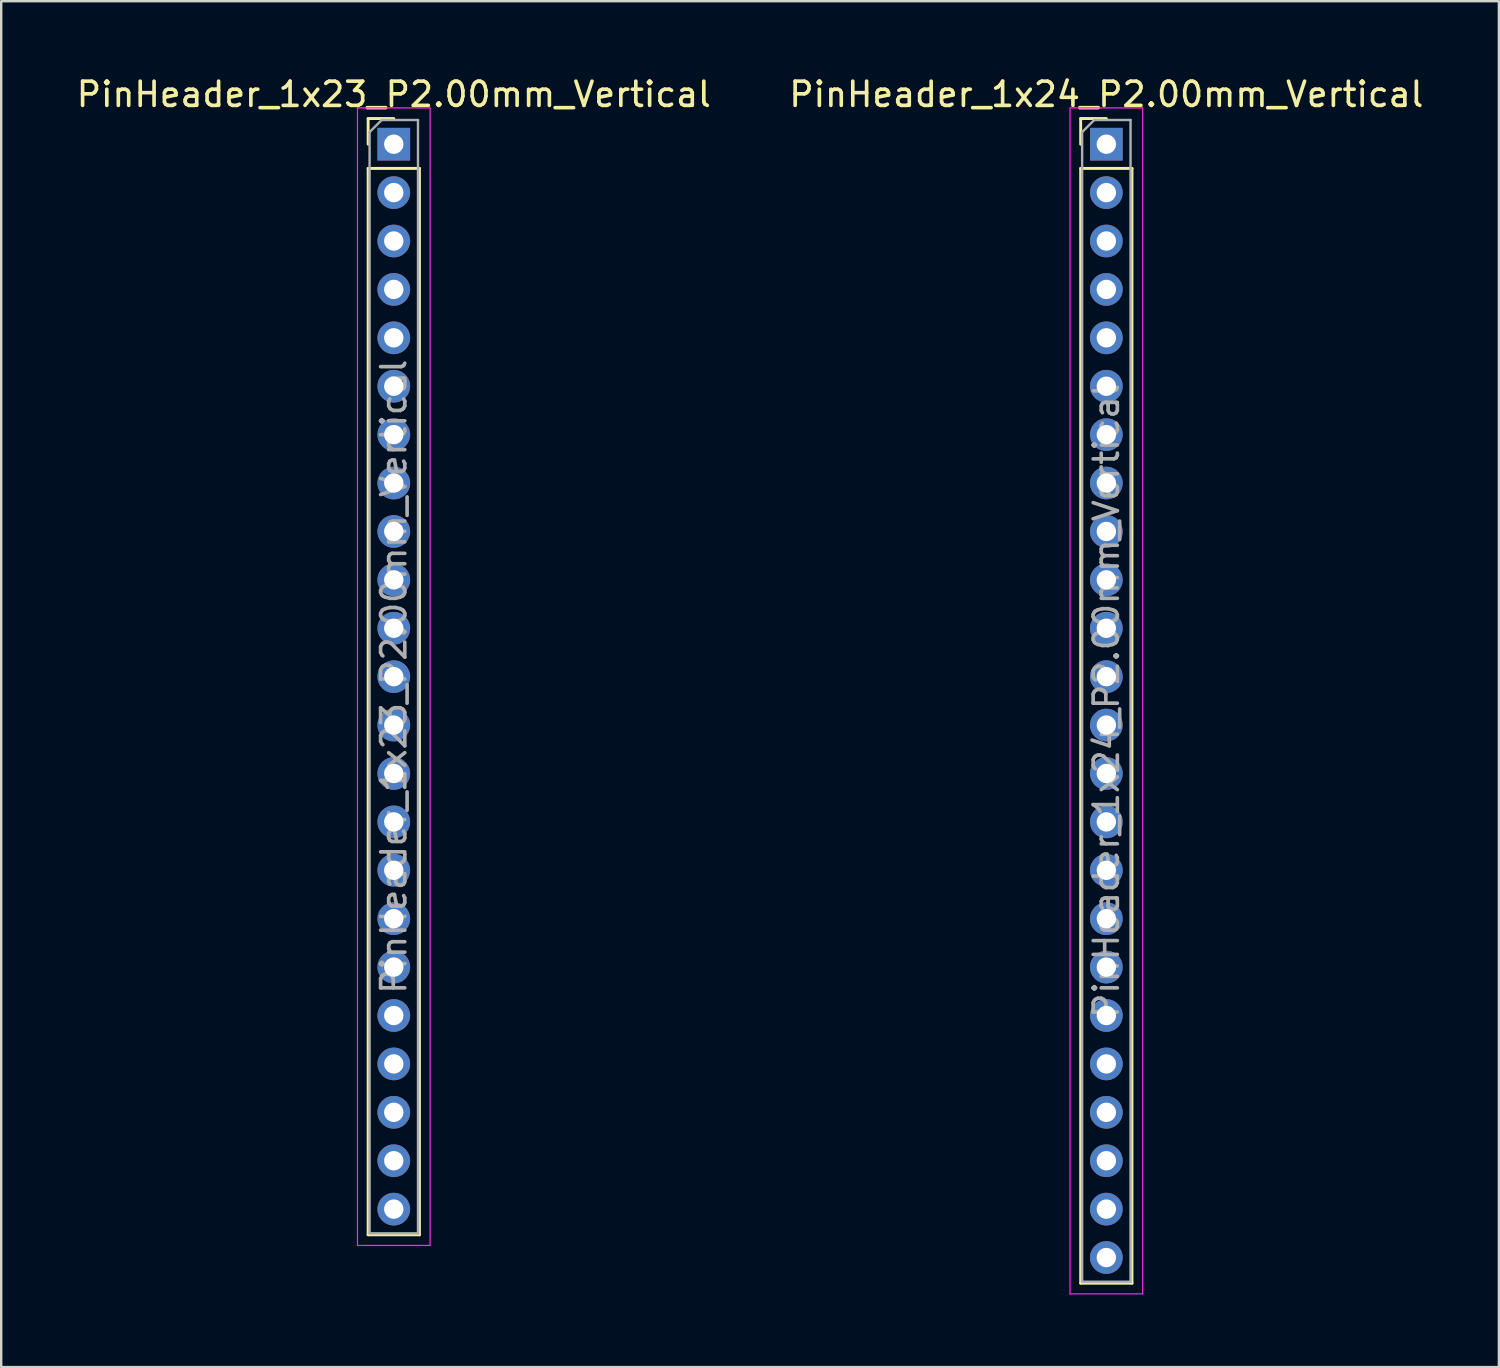
<source format=kicad_pcb>
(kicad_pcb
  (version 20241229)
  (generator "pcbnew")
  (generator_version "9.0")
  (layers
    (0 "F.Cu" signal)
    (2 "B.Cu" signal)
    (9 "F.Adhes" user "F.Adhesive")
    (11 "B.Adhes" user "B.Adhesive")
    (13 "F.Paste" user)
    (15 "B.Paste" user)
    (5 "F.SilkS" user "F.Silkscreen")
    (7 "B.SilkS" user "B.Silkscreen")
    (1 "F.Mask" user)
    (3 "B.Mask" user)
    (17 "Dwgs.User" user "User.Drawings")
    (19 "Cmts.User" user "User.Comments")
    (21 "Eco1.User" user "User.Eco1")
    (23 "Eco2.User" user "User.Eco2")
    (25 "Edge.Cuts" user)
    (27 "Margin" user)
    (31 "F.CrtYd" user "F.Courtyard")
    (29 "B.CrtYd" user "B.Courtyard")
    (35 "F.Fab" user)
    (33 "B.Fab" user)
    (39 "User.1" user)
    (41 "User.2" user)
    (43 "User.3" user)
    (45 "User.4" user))
  (footprint "PinHeader_1x23_P2.00mm_Vertical"
    (layer "F.Cu")
    (at 13.22 2.908)
    (property "Reference" "PinHeader_1x23_P2.00mm_Vertical" (at 0 -2.06 0) (layer "F.SilkS") (effects (font (size 1 1) (thickness 0.15))))
    (attr through_hole)
    (fp_line (start -1.06 -1.06) (end 0 -1.06) (stroke (width 0.12) (type solid)) (layer "F.SilkS"))
    (fp_line (start -1.06 0) (end -1.06 -1.06) (stroke (width 0.12) (type solid)) (layer "F.SilkS"))
    (fp_line (start -1.06 1) (end -1.06 45.06) (stroke (width 0.12) (type solid)) (layer "F.SilkS"))
    (fp_line (start -1.06 1) (end 1.06 1) (stroke (width 0.12) (type solid)) (layer "F.SilkS"))
    (fp_line (start -1.06 45.06) (end 1.06 45.06) (stroke (width 0.12) (type solid)) (layer "F.SilkS"))
    (fp_line (start 1.06 1) (end 1.06 45.06) (stroke (width 0.12) (type solid)) (layer "F.SilkS"))
    (fp_line (start -1.5 -1.5) (end -1.5 45.5) (stroke (width 0.05) (type solid)) (layer "F.CrtYd"))
    (fp_line (start -1.5 45.5) (end 1.5 45.5) (stroke (width 0.05) (type solid)) (layer "F.CrtYd"))
    (fp_line (start 1.5 -1.5) (end -1.5 -1.5) (stroke (width 0.05) (type solid)) (layer "F.CrtYd"))
    (fp_line (start 1.5 45.5) (end 1.5 -1.5) (stroke (width 0.05) (type solid)) (layer "F.CrtYd"))
    (fp_line (start -1 -0.5) (end -0.5 -1) (stroke (width 0.1) (type solid)) (layer "F.Fab"))
    (fp_line (start -1 45) (end -1 -0.5) (stroke (width 0.1) (type solid)) (layer "F.Fab"))
    (fp_line (start -0.5 -1) (end 1 -1) (stroke (width 0.1) (type solid)) (layer "F.Fab"))
    (fp_line (start 1 -1) (end 1 45) (stroke (width 0.1) (type solid)) (layer "F.Fab"))
    (fp_line (start 1 45) (end -1 45) (stroke (width 0.1) (type solid)) (layer "F.Fab"))
    (fp_text user "${REFERENCE}" (at 0 22 90) (layer "F.Fab") (effects (font (size 1 1) (thickness 0.15))))
    (pad "1" thru_hole rect (at 0 0) (size 1.35 1.35) (drill 0.8) (layers "*.Cu" "*.Mask"))
    (pad "2" thru_hole oval (at 0 2) (size 1.35 1.35) (drill 0.8) (layers "*.Cu" "*.Mask"))
    (pad "3" thru_hole oval (at 0 4) (size 1.35 1.35) (drill 0.8) (layers "*.Cu" "*.Mask"))
    (pad "4" thru_hole oval (at 0 6) (size 1.35 1.35) (drill 0.8) (layers "*.Cu" "*.Mask"))
    (pad "5" thru_hole oval (at 0 8) (size 1.35 1.35) (drill 0.8) (layers "*.Cu" "*.Mask"))
    (pad "6" thru_hole oval (at 0 10) (size 1.35 1.35) (drill 0.8) (layers "*.Cu" "*.Mask"))
    (pad "7" thru_hole oval (at 0 12) (size 1.35 1.35) (drill 0.8) (layers "*.Cu" "*.Mask"))
    (pad "8" thru_hole oval (at 0 14) (size 1.35 1.35) (drill 0.8) (layers "*.Cu" "*.Mask"))
    (pad "9" thru_hole oval (at 0 16) (size 1.35 1.35) (drill 0.8) (layers "*.Cu" "*.Mask"))
    (pad "10" thru_hole oval (at 0 18) (size 1.35 1.35) (drill 0.8) (layers "*.Cu" "*.Mask"))
    (pad "11" thru_hole oval (at 0 20) (size 1.35 1.35) (drill 0.8) (layers "*.Cu" "*.Mask"))
    (pad "12" thru_hole oval (at 0 22) (size 1.35 1.35) (drill 0.8) (layers "*.Cu" "*.Mask"))
    (pad "13" thru_hole oval (at 0 24) (size 1.35 1.35) (drill 0.8) (layers "*.Cu" "*.Mask"))
    (pad "14" thru_hole oval (at 0 26) (size 1.35 1.35) (drill 0.8) (layers "*.Cu" "*.Mask"))
    (pad "15" thru_hole oval (at 0 28) (size 1.35 1.35) (drill 0.8) (layers "*.Cu" "*.Mask"))
    (pad "16" thru_hole oval (at 0 30) (size 1.35 1.35) (drill 0.8) (layers "*.Cu" "*.Mask"))
    (pad "17" thru_hole oval (at 0 32) (size 1.35 1.35) (drill 0.8) (layers "*.Cu" "*.Mask"))
    (pad "18" thru_hole oval (at 0 34) (size 1.35 1.35) (drill 0.8) (layers "*.Cu" "*.Mask"))
    (pad "19" thru_hole oval (at 0 36) (size 1.35 1.35) (drill 0.8) (layers "*.Cu" "*.Mask"))
    (pad "20" thru_hole oval (at 0 38) (size 1.35 1.35) (drill 0.8) (layers "*.Cu" "*.Mask"))
    (pad "21" thru_hole oval (at 0 40) (size 1.35 1.35) (drill 0.8) (layers "*.Cu" "*.Mask"))
    (pad "22" thru_hole oval (at 0 42) (size 1.35 1.35) (drill 0.8) (layers "*.Cu" "*.Mask"))
    (pad "23" thru_hole oval (at 0 44) (size 1.35 1.35) (drill 0.8) (layers "*.Cu" "*.Mask")))
  (footprint "PinHeader_1x24_P2.00mm_Vertical"
    (layer "F.Cu")
    (at 42.661 2.908)
    (property "Reference" "PinHeader_1x24_P2.00mm_Vertical" (at 0 -2.06 0) (layer "F.SilkS") (effects (font (size 1 1) (thickness 0.15))))
    (attr through_hole)
    (fp_line (start -1.06 -1.06) (end 0 -1.06) (stroke (width 0.12) (type solid)) (layer "F.SilkS"))
    (fp_line (start -1.06 0) (end -1.06 -1.06) (stroke (width 0.12) (type solid)) (layer "F.SilkS"))
    (fp_line (start -1.06 1) (end -1.06 47.06) (stroke (width 0.12) (type solid)) (layer "F.SilkS"))
    (fp_line (start -1.06 1) (end 1.06 1) (stroke (width 0.12) (type solid)) (layer "F.SilkS"))
    (fp_line (start -1.06 47.06) (end 1.06 47.06) (stroke (width 0.12) (type solid)) (layer "F.SilkS"))
    (fp_line (start 1.06 1) (end 1.06 47.06) (stroke (width 0.12) (type solid)) (layer "F.SilkS"))
    (fp_line (start -1.5 -1.5) (end -1.5 47.5) (stroke (width 0.05) (type solid)) (layer "F.CrtYd"))
    (fp_line (start -1.5 47.5) (end 1.5 47.5) (stroke (width 0.05) (type solid)) (layer "F.CrtYd"))
    (fp_line (start 1.5 -1.5) (end -1.5 -1.5) (stroke (width 0.05) (type solid)) (layer "F.CrtYd"))
    (fp_line (start 1.5 47.5) (end 1.5 -1.5) (stroke (width 0.05) (type solid)) (layer "F.CrtYd"))
    (fp_line (start -1 -0.5) (end -0.5 -1) (stroke (width 0.1) (type solid)) (layer "F.Fab"))
    (fp_line (start -1 47) (end -1 -0.5) (stroke (width 0.1) (type solid)) (layer "F.Fab"))
    (fp_line (start -0.5 -1) (end 1 -1) (stroke (width 0.1) (type solid)) (layer "F.Fab"))
    (fp_line (start 1 -1) (end 1 47) (stroke (width 0.1) (type solid)) (layer "F.Fab"))
    (fp_line (start 1 47) (end -1 47) (stroke (width 0.1) (type solid)) (layer "F.Fab"))
    (fp_text user "${REFERENCE}" (at 0 23 90) (layer "F.Fab") (effects (font (size 1 1) (thickness 0.15))))
    (pad "1" thru_hole rect (at 0 0) (size 1.35 1.35) (drill 0.8) (layers "*.Cu" "*.Mask"))
    (pad "2" thru_hole oval (at 0 2) (size 1.35 1.35) (drill 0.8) (layers "*.Cu" "*.Mask"))
    (pad "3" thru_hole oval (at 0 4) (size 1.35 1.35) (drill 0.8) (layers "*.Cu" "*.Mask"))
    (pad "4" thru_hole oval (at 0 6) (size 1.35 1.35) (drill 0.8) (layers "*.Cu" "*.Mask"))
    (pad "5" thru_hole oval (at 0 8) (size 1.35 1.35) (drill 0.8) (layers "*.Cu" "*.Mask"))
    (pad "6" thru_hole oval (at 0 10) (size 1.35 1.35) (drill 0.8) (layers "*.Cu" "*.Mask"))
    (pad "7" thru_hole oval (at 0 12) (size 1.35 1.35) (drill 0.8) (layers "*.Cu" "*.Mask"))
    (pad "8" thru_hole oval (at 0 14) (size 1.35 1.35) (drill 0.8) (layers "*.Cu" "*.Mask"))
    (pad "9" thru_hole oval (at 0 16) (size 1.35 1.35) (drill 0.8) (layers "*.Cu" "*.Mask"))
    (pad "10" thru_hole oval (at 0 18) (size 1.35 1.35) (drill 0.8) (layers "*.Cu" "*.Mask"))
    (pad "11" thru_hole oval (at 0 20) (size 1.35 1.35) (drill 0.8) (layers "*.Cu" "*.Mask"))
    (pad "12" thru_hole oval (at 0 22) (size 1.35 1.35) (drill 0.8) (layers "*.Cu" "*.Mask"))
    (pad "13" thru_hole oval (at 0 24) (size 1.35 1.35) (drill 0.8) (layers "*.Cu" "*.Mask"))
    (pad "14" thru_hole oval (at 0 26) (size 1.35 1.35) (drill 0.8) (layers "*.Cu" "*.Mask"))
    (pad "15" thru_hole oval (at 0 28) (size 1.35 1.35) (drill 0.8) (layers "*.Cu" "*.Mask"))
    (pad "16" thru_hole oval (at 0 30) (size 1.35 1.35) (drill 0.8) (layers "*.Cu" "*.Mask"))
    (pad "17" thru_hole oval (at 0 32) (size 1.35 1.35) (drill 0.8) (layers "*.Cu" "*.Mask"))
    (pad "18" thru_hole oval (at 0 34) (size 1.35 1.35) (drill 0.8) (layers "*.Cu" "*.Mask"))
    (pad "19" thru_hole oval (at 0 36) (size 1.35 1.35) (drill 0.8) (layers "*.Cu" "*.Mask"))
    (pad "20" thru_hole oval (at 0 38) (size 1.35 1.35) (drill 0.8) (layers "*.Cu" "*.Mask"))
    (pad "21" thru_hole oval (at 0 40) (size 1.35 1.35) (drill 0.8) (layers "*.Cu" "*.Mask"))
    (pad "22" thru_hole oval (at 0 42) (size 1.35 1.35) (drill 0.8) (layers "*.Cu" "*.Mask"))
    (pad "23" thru_hole oval (at 0 44) (size 1.35 1.35) (drill 0.8) (layers "*.Cu" "*.Mask"))
    (pad "24" thru_hole oval (at 0 46) (size 1.35 1.35) (drill 0.8) (layers "*.Cu" "*.Mask")))
  (gr_rect
    (start -3 -3)
    (end 58.881 53.433)
    (stroke (width 0.1) (type default))
    (fill no)
    (layer "Edge.Cuts")))
</source>
